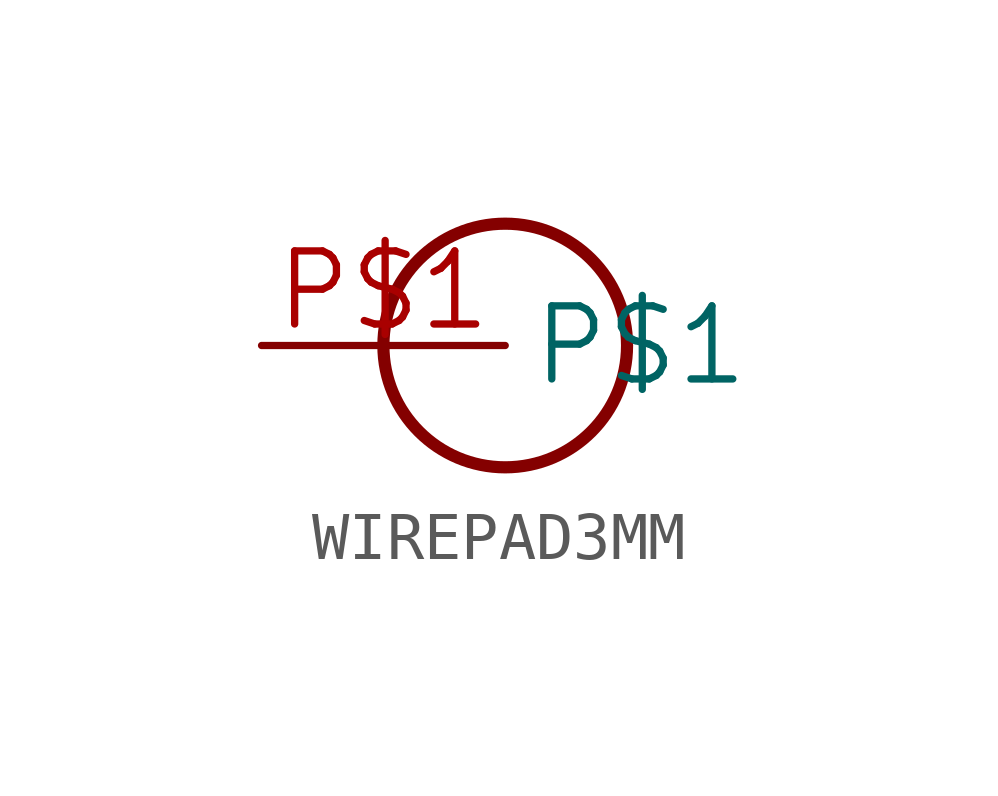
<source format=kicad_sym>
(kicad_symbol_lib
  (version 20241209)
  (generator "kicad_symbol_editor")
  (generator_version "9.0")
  (symbol "WIREPAD3MM"
    (property "Reference" ""
      (at 0 0 0)
      (effects (font (size 1.27 1.27)) (hide yes)))
    (property "ki_locked" ""
      (at 0 0 0)
      (effects (font (size 1.27 1.27))))
    (symbol "WIREPAD3MM_1_0"
      (circle (center 5.08 0) (radius 2.54) (stroke (width 0.254) (type solid)) (fill (type none)))
      (pin bidirectional line (at 0 0 0) (length 5.08) (name "P$1" (effects (font (size 1.524 1.524)))) (number "P$1" (effects (font (size 1.524 1.524))))))))
</source>
